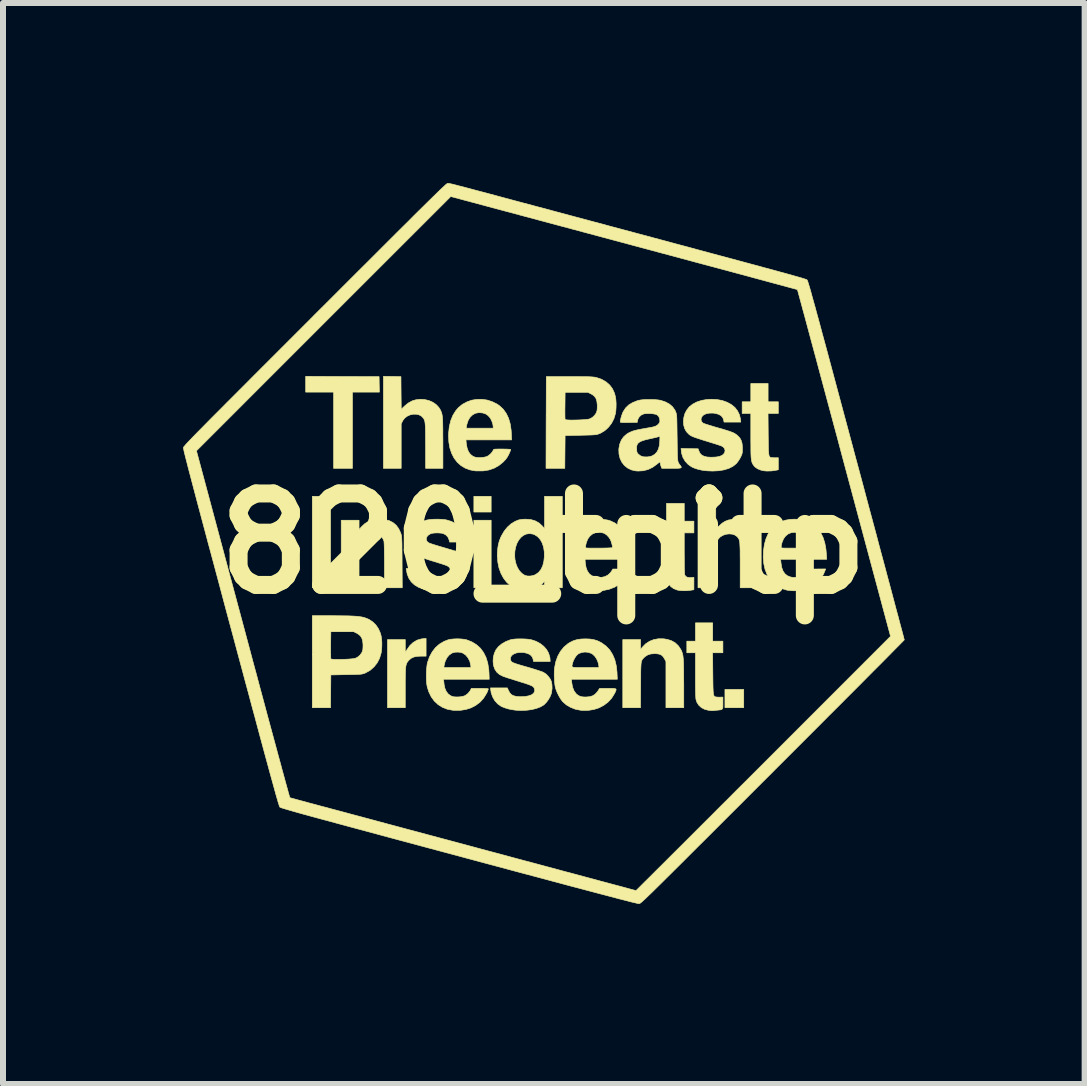
<source format=kicad_pcb>
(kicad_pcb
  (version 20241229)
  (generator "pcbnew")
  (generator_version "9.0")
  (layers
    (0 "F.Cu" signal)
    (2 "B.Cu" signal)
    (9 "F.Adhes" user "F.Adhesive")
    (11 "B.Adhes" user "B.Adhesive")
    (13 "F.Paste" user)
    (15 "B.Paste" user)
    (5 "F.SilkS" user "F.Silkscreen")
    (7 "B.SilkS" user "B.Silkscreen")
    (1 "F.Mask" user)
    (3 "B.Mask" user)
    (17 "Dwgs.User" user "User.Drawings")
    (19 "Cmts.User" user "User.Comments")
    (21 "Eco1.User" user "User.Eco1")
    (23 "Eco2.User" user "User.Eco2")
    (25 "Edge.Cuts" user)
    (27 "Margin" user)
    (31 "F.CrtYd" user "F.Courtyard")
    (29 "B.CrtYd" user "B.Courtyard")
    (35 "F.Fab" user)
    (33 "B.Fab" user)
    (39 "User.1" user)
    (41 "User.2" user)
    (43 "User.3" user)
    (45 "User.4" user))
  (footprint "820_tpitp"
    (layer "F.Cu")
    (at 6.005 6.006)
    (property "Reference" "820_tpitp" (at 0 0 0) (layer "F.SilkS") (effects (font (size 1.524 1.524) (thickness 0.3))))
    (attr through_hole)
    (fp_poly (pts (xy -3.548 0.737) (xy -3.852 0.737) (xy -3.852 -0.787) (xy -3.548 -0.787) (xy -3.548 0.737)) (stroke (width 0.01) (type solid)) (fill yes) (layer "F.SilkS"))
    (fp_poly (pts (xy -0.872 -0.525) (xy -1.16 -0.525) (xy -1.16 -0.787) (xy -0.872 -0.787) (xy -0.872 -0.525)) (stroke (width 0.01) (type solid)) (fill yes) (layer "F.SilkS"))
    (fp_poly (pts (xy -0.872 0.737) (xy -1.16 0.737) (xy -1.16 -0.389) (xy -0.872 -0.389) (xy -0.872 0.737)) (stroke (width 0.01) (type solid)) (fill yes) (layer "F.SilkS"))
    (fp_poly (pts (xy 3.336 2.735) (xy 3.023 2.735) (xy 3.023 2.43) (xy 3.336 2.43) (xy 3.336 2.735)) (stroke (width 0.01) (type solid)) (fill yes) (layer "F.SilkS"))
    (fp_poly (pts (xy -3.351 -2.783) (xy -2.739 -2.781) (xy -2.737 -2.652) (xy -2.734 -2.523) (xy -3.183 -2.523) (xy -3.183 -1.253) (xy -3.497 -1.253) (xy -3.497 -2.523) (xy -3.962 -2.523) (xy -3.962 -2.786) (xy -3.351 -2.783)) (stroke (width 0.01) (type solid)) (fill yes) (layer "F.SilkS"))
    (fp_poly (pts (xy -1.956 1.876) (xy -2.043 1.876) (xy -2.107 1.879) (xy -2.159 1.89) (xy -2.201 1.909) (xy -2.236 1.937) (xy -2.248 1.95) (xy -2.261 1.966) (xy -2.272 1.981) (xy -2.281 1.998) (xy -2.287 2.018) (xy -2.293 2.042) (xy -2.297 2.073) (xy -2.299 2.113) (xy -2.301 2.162) (xy -2.302 2.223) (xy -2.303 2.296) (xy -2.303 2.385) (xy -2.303 2.402) (xy -2.303 2.735) (xy -2.599 2.735) (xy -2.599 1.6) (xy -2.303 1.6) (xy -2.303 1.815) (xy -2.273 1.765) (xy -2.225 1.698) (xy -2.17 1.647) (xy -2.108 1.61) (xy -2.04 1.59) (xy -2.013 1.586) (xy -1.956 1.581) (xy -1.956 1.876)) (stroke (width 0.01) (type solid)) (fill yes) (layer "F.SilkS"))
    (fp_poly (pts (xy 2.345 -0.373) (xy 2.506 -0.373) (xy 2.506 -0.178) (xy 2.345 -0.178) (xy 2.345 0.16) (xy 2.346 0.256) (xy 2.346 0.338) (xy 2.347 0.406) (xy 2.349 0.46) (xy 2.351 0.498) (xy 2.353 0.519) (xy 2.354 0.523) (xy 2.37 0.547) (xy 2.398 0.562) (xy 2.44 0.567) (xy 2.459 0.566) (xy 2.506 0.563) (xy 2.506 0.666) (xy 2.506 0.769) (xy 2.453 0.778) (xy 2.393 0.785) (xy 2.33 0.786) (xy 2.271 0.782) (xy 2.227 0.774) (xy 2.167 0.75) (xy 2.12 0.716) (xy 2.085 0.67) (xy 2.063 0.612) (xy 2.058 0.589) (xy 2.056 0.566) (xy 2.054 0.528) (xy 2.052 0.474) (xy 2.051 0.408) (xy 2.05 0.329) (xy 2.049 0.24) (xy 2.049 0.179) (xy 2.049 -0.178) (xy 1.904 -0.178) (xy 1.909 -0.368) (xy 2.049 -0.373) (xy 2.049 -0.669) (xy 2.345 -0.669) (xy 2.345 -0.373)) (stroke (width 0.01) (type solid)) (fill yes) (layer "F.SilkS"))
    (fp_poly (pts (xy 3.742 -2.362) (xy 3.912 -2.362) (xy 3.912 -2.167) (xy 3.741 -2.167) (xy 3.744 -1.827) (xy 3.745 -1.737) (xy 3.746 -1.662) (xy 3.747 -1.601) (xy 3.748 -1.553) (xy 3.751 -1.515) (xy 3.754 -1.487) (xy 3.758 -1.467) (xy 3.763 -1.453) (xy 3.77 -1.444) (xy 3.778 -1.438) (xy 3.787 -1.434) (xy 3.788 -1.434) (xy 3.806 -1.431) (xy 3.834 -1.43) (xy 3.859 -1.429) (xy 3.912 -1.43) (xy 3.912 -1.229) (xy 3.871 -1.221) (xy 3.799 -1.21) (xy 3.722 -1.208) (xy 3.675 -1.212) (xy 3.617 -1.225) (xy 3.565 -1.247) (xy 3.524 -1.276) (xy 3.505 -1.298) (xy 3.493 -1.314) (xy 3.484 -1.329) (xy 3.476 -1.346) (xy 3.47 -1.365) (xy 3.465 -1.389) (xy 3.461 -1.419) (xy 3.458 -1.456) (xy 3.456 -1.502) (xy 3.455 -1.559) (xy 3.455 -1.628) (xy 3.454 -1.712) (xy 3.454 -1.792) (xy 3.454 -2.167) (xy 3.31 -2.167) (xy 3.31 -2.362) (xy 3.454 -2.362) (xy 3.454 -2.667) (xy 3.742 -2.667) (xy 3.742 -2.362)) (stroke (width 0.01) (type solid)) (fill yes) (layer "F.SilkS"))
    (fp_poly (pts (xy -2.646 -0.4) (xy -2.571 -0.382) (xy -2.508 -0.35) (xy -2.455 -0.306) (xy -2.413 -0.249) (xy -2.38 -0.179) (xy -2.377 -0.17) (xy -2.373 -0.157) (xy -2.369 -0.144) (xy -2.366 -0.129) (xy -2.364 -0.112) (xy -2.362 -0.089) (xy -2.361 -0.061) (xy -2.359 -0.025) (xy -2.358 0.021) (xy -2.358 0.077) (xy -2.357 0.146) (xy -2.356 0.229) (xy -2.356 0.311) (xy -2.353 0.737) (xy -2.65 0.737) (xy -2.65 0.362) (xy -2.65 0.267) (xy -2.651 0.182) (xy -2.652 0.109) (xy -2.653 0.049) (xy -2.655 0.002) (xy -2.657 -0.029) (xy -2.659 -0.044) (xy -2.68 -0.089) (xy -2.713 -0.124) (xy -2.758 -0.148) (xy -2.813 -0.16) (xy -2.837 -0.161) (xy -2.904 -0.154) (xy -2.961 -0.134) (xy -3.008 -0.102) (xy -3.043 -0.057) (xy -3.053 -0.039) (xy -3.073 0.004) (xy -3.073 0.37) (xy -3.073 0.737) (xy -3.37 0.737) (xy -3.37 -0.389) (xy -3.073 -0.389) (xy -3.073 -0.233) (xy -3.035 -0.277) (xy -2.979 -0.33) (xy -2.917 -0.369) (xy -2.848 -0.394) (xy -2.768 -0.405) (xy -2.732 -0.406) (xy -2.646 -0.4)) (stroke (width 0.01) (type solid)) (fill yes) (layer "F.SilkS"))
    (fp_poly (pts (xy 2.819 1.626) (xy 2.989 1.626) (xy 2.989 1.82) (xy 2.818 1.82) (xy 2.821 2.161) (xy 2.822 2.251) (xy 2.823 2.326) (xy 2.824 2.387) (xy 2.826 2.435) (xy 2.828 2.473) (xy 2.831 2.501) (xy 2.835 2.521) (xy 2.84 2.535) (xy 2.847 2.544) (xy 2.855 2.55) (xy 2.865 2.554) (xy 2.865 2.554) (xy 2.883 2.557) (xy 2.911 2.559) (xy 2.936 2.559) (xy 2.989 2.558) (xy 2.989 2.658) (xy 2.989 2.703) (xy 2.988 2.733) (xy 2.982 2.752) (xy 2.971 2.763) (xy 2.95 2.77) (xy 2.917 2.774) (xy 2.886 2.777) (xy 2.849 2.781) (xy 2.824 2.784) (xy 2.803 2.784) (xy 2.782 2.782) (xy 2.755 2.778) (xy 2.744 2.777) (xy 2.681 2.76) (xy 2.628 2.731) (xy 2.585 2.691) (xy 2.554 2.641) (xy 2.541 2.599) (xy 2.538 2.578) (xy 2.536 2.542) (xy 2.534 2.49) (xy 2.533 2.424) (xy 2.532 2.344) (xy 2.532 2.252) (xy 2.532 2.188) (xy 2.532 1.82) (xy 2.388 1.82) (xy 2.388 1.626) (xy 2.532 1.626) (xy 2.532 1.321) (xy 2.819 1.321) (xy 2.819 1.626)) (stroke (width 0.01) (type solid)) (fill yes) (layer "F.SilkS"))
    (fp_poly (pts (xy -2.521 -2.784) (xy -2.375 -2.781) (xy -2.373 -2.509) (xy -2.37 -2.236) (xy -2.318 -2.288) (xy -2.255 -2.34) (xy -2.188 -2.377) (xy -2.127 -2.395) (xy -2.053 -2.404) (xy -1.98 -2.399) (xy -1.91 -2.383) (xy -1.846 -2.355) (xy -1.791 -2.318) (xy -1.746 -2.271) (xy -1.722 -2.234) (xy -1.712 -2.214) (xy -1.704 -2.195) (xy -1.697 -2.175) (xy -1.691 -2.154) (xy -1.687 -2.129) (xy -1.683 -2.099) (xy -1.681 -2.062) (xy -1.679 -2.017) (xy -1.678 -1.962) (xy -1.677 -1.895) (xy -1.677 -1.815) (xy -1.676 -1.721) (xy -1.676 -1.675) (xy -1.676 -1.253) (xy -1.964 -1.253) (xy -1.964 -1.619) (xy -1.965 -1.715) (xy -1.965 -1.796) (xy -1.966 -1.862) (xy -1.967 -1.917) (xy -1.969 -1.961) (xy -1.972 -1.996) (xy -1.975 -2.023) (xy -1.98 -2.045) (xy -1.986 -2.062) (xy -1.993 -2.076) (xy -2.001 -2.089) (xy -2.033 -2.123) (xy -2.075 -2.145) (xy -2.122 -2.155) (xy -2.172 -2.155) (xy -2.222 -2.144) (xy -2.269 -2.123) (xy -2.31 -2.092) (xy -2.342 -2.052) (xy -2.348 -2.04) (xy -2.371 -1.995) (xy -2.371 -1.253) (xy -2.667 -1.253) (xy -2.667 -2.786) (xy -2.521 -2.784)) (stroke (width 0.01) (type solid)) (fill yes) (layer "F.SilkS"))
    (fp_poly (pts (xy 2.001 1.587) (xy 2.06 1.596) (xy 2.133 1.619) (xy 2.196 1.655) (xy 2.248 1.705) (xy 2.289 1.767) (xy 2.291 1.77) (xy 2.301 1.791) (xy 2.309 1.812) (xy 2.316 1.836) (xy 2.322 1.862) (xy 2.326 1.894) (xy 2.33 1.933) (xy 2.332 1.98) (xy 2.334 2.037) (xy 2.335 2.105) (xy 2.336 2.186) (xy 2.336 2.282) (xy 2.337 2.339) (xy 2.337 2.735) (xy 2.04 2.735) (xy 2.04 1.967) (xy 2.017 1.921) (xy 1.992 1.883) (xy 1.962 1.856) (xy 1.923 1.841) (xy 1.872 1.834) (xy 1.85 1.834) (xy 1.789 1.839) (xy 1.739 1.854) (xy 1.697 1.88) (xy 1.678 1.897) (xy 1.665 1.91) (xy 1.654 1.922) (xy 1.645 1.934) (xy 1.638 1.948) (xy 1.632 1.964) (xy 1.628 1.986) (xy 1.625 2.015) (xy 1.623 2.051) (xy 1.621 2.097) (xy 1.62 2.155) (xy 1.62 2.226) (xy 1.619 2.311) (xy 1.619 2.356) (xy 1.616 2.735) (xy 1.321 2.735) (xy 1.321 1.6) (xy 1.617 1.6) (xy 1.617 1.763) (xy 1.645 1.729) (xy 1.7 1.672) (xy 1.765 1.629) (xy 1.838 1.6) (xy 1.917 1.586) (xy 2.001 1.587)) (stroke (width 0.01) (type solid)) (fill yes) (layer "F.SilkS"))
    (fp_poly (pts (xy 2.87 -0.237) (xy 2.924 -0.292) (xy 2.976 -0.339) (xy 3.029 -0.372) (xy 3.085 -0.393) (xy 3.151 -0.403) (xy 3.18 -0.405) (xy 3.268 -0.402) (xy 3.344 -0.386) (xy 3.41 -0.357) (xy 3.465 -0.315) (xy 3.509 -0.26) (xy 3.541 -0.194) (xy 3.561 -0.115) (xy 3.564 -0.093) (xy 3.566 -0.071) (xy 3.568 -0.035) (xy 3.569 0.015) (xy 3.57 0.075) (xy 3.571 0.144) (xy 3.572 0.219) (xy 3.573 0.299) (xy 3.573 0.353) (xy 3.573 0.737) (xy 3.277 0.737) (xy 3.277 0.361) (xy 3.277 0.265) (xy 3.276 0.185) (xy 3.276 0.119) (xy 3.274 0.064) (xy 3.272 0.021) (xy 3.27 -0.013) (xy 3.266 -0.04) (xy 3.261 -0.061) (xy 3.254 -0.078) (xy 3.246 -0.091) (xy 3.236 -0.103) (xy 3.225 -0.116) (xy 3.188 -0.142) (xy 3.143 -0.157) (xy 3.092 -0.161) (xy 3.041 -0.155) (xy 2.991 -0.138) (xy 2.947 -0.112) (xy 2.916 -0.08) (xy 2.906 -0.066) (xy 2.897 -0.053) (xy 2.89 -0.038) (xy 2.884 -0.021) (xy 2.88 0.001) (xy 2.876 0.029) (xy 2.874 0.064) (xy 2.872 0.108) (xy 2.871 0.164) (xy 2.871 0.232) (xy 2.871 0.314) (xy 2.871 0.375) (xy 2.87 0.737) (xy 2.574 0.737) (xy 2.574 -0.787) (xy 2.87 -0.787) (xy 2.87 -0.237)) (stroke (width 0.01) (type solid)) (fill yes) (layer "F.SilkS"))
    (fp_poly (pts (xy 0.436 -2.781) (xy 0.529 -2.781) (xy 0.607 -2.781) (xy 0.671 -2.78) (xy 0.723 -2.78) (xy 0.765 -2.779) (xy 0.798 -2.777) (xy 0.824 -2.775) (xy 0.845 -2.773) (xy 0.863 -2.77) (xy 0.879 -2.767) (xy 0.885 -2.765) (xy 0.969 -2.736) (xy 1.042 -2.694) (xy 1.102 -2.642) (xy 1.149 -2.579) (xy 1.183 -2.505) (xy 1.198 -2.448) (xy 1.206 -2.396) (xy 1.21 -2.333) (xy 1.209 -2.268) (xy 1.205 -2.206) (xy 1.198 -2.163) (xy 1.173 -2.08) (xy 1.134 -2.004) (xy 1.083 -1.938) (xy 1.022 -1.882) (xy 0.952 -1.84) (xy 0.902 -1.82) (xy 0.882 -1.816) (xy 0.847 -1.812) (xy 0.798 -1.809) (xy 0.732 -1.807) (xy 0.651 -1.805) (xy 0.614 -1.804) (xy 0.36 -1.799) (xy 0.355 -1.253) (xy 0.042 -1.253) (xy 0.044 -2.017) (xy 0.045 -2.185) (xy 0.357 -2.185) (xy 0.357 -2.138) (xy 0.358 -2.101) (xy 0.359 -2.077) (xy 0.36 -2.067) (xy 0.37 -2.063) (xy 0.394 -2.06) (xy 0.429 -2.058) (xy 0.472 -2.057) (xy 0.521 -2.058) (xy 0.573 -2.059) (xy 0.624 -2.061) (xy 0.673 -2.064) (xy 0.715 -2.068) (xy 0.749 -2.072) (xy 0.771 -2.078) (xy 0.772 -2.078) (xy 0.812 -2.1) (xy 0.848 -2.132) (xy 0.876 -2.171) (xy 0.889 -2.203) (xy 0.894 -2.23) (xy 0.896 -2.267) (xy 0.896 -2.308) (xy 0.896 -2.313) (xy 0.889 -2.371) (xy 0.875 -2.416) (xy 0.851 -2.451) (xy 0.816 -2.48) (xy 0.792 -2.493) (xy 0.741 -2.519) (xy 0.36 -2.519) (xy 0.358 -2.299) (xy 0.357 -2.239) (xy 0.357 -2.185) (xy 0.045 -2.185) (xy 0.047 -2.781) (xy 0.436 -2.781)) (stroke (width 0.01) (type solid)) (fill yes) (layer "F.SilkS"))
    (fp_poly (pts (xy 0.313 0.737) (xy 0.017 0.737) (xy 0.017 0.624) (xy -0.008 0.656) (xy -0.055 0.704) (xy -0.111 0.743) (xy -0.152 0.763) (xy -0.197 0.775) (xy -0.252 0.783) (xy -0.309 0.785) (xy -0.364 0.782) (xy -0.405 0.775) (xy -0.484 0.744) (xy -0.554 0.699) (xy -0.616 0.642) (xy -0.668 0.573) (xy -0.71 0.494) (xy -0.742 0.405) (xy -0.761 0.309) (xy -0.769 0.205) (xy -0.769 0.204) (xy -0.48 0.204) (xy -0.475 0.266) (xy -0.459 0.336) (xy -0.434 0.4) (xy -0.4 0.455) (xy -0.359 0.498) (xy -0.314 0.528) (xy -0.311 0.529) (xy -0.267 0.541) (xy -0.217 0.541) (xy -0.167 0.531) (xy -0.134 0.518) (xy -0.083 0.482) (xy -0.043 0.433) (xy -0.013 0.371) (xy 0.006 0.295) (xy 0.014 0.22) (xy 0.013 0.135) (xy 0.001 0.058) (xy -0.022 -0.01) (xy -0.054 -0.067) (xy -0.095 -0.113) (xy -0.144 -0.145) (xy -0.177 -0.158) (xy -0.232 -0.166) (xy -0.284 -0.159) (xy -0.332 -0.138) (xy -0.375 -0.104) (xy -0.412 -0.059) (xy -0.442 -0.005) (xy -0.464 0.059) (xy -0.477 0.129) (xy -0.48 0.204) (xy -0.769 0.204) (xy -0.768 0.152) (xy -0.762 0.079) (xy -0.752 0.017) (xy -0.737 -0.04) (xy -0.715 -0.098) (xy -0.699 -0.131) (xy -0.654 -0.208) (xy -0.601 -0.274) (xy -0.539 -0.329) (xy -0.472 -0.37) (xy -0.415 -0.393) (xy -0.38 -0.4) (xy -0.336 -0.405) (xy -0.295 -0.406) (xy -0.212 -0.4) (xy -0.14 -0.379) (xy -0.076 -0.344) (xy -0.022 -0.295) (xy -0.014 -0.286) (xy 0.017 -0.25) (xy 0.017 -0.519) (xy 0.017 -0.787) (xy 0.313 -0.787) (xy 0.313 0.737)) (stroke (width 0.01) (type solid)) (fill yes) (layer "F.SilkS"))
    (fp_poly (pts (xy -3.524 1.202) (xy -3.417 1.203) (xy -3.325 1.204) (xy -3.246 1.205) (xy -3.179 1.208) (xy -3.123 1.211) (xy -3.075 1.216) (xy -3.035 1.222) (xy -3 1.229) (xy -2.968 1.239) (xy -2.939 1.25) (xy -2.909 1.263) (xy -2.904 1.266) (xy -2.845 1.305) (xy -2.793 1.356) (xy -2.75 1.419) (xy -2.719 1.489) (xy -2.705 1.539) (xy -2.697 1.592) (xy -2.693 1.655) (xy -2.694 1.721) (xy -2.699 1.783) (xy -2.705 1.824) (xy -2.731 1.911) (xy -2.771 1.988) (xy -2.823 2.054) (xy -2.886 2.11) (xy -2.96 2.152) (xy -2.979 2.161) (xy -2.994 2.166) (xy -3.008 2.17) (xy -3.025 2.174) (xy -3.047 2.177) (xy -3.075 2.179) (xy -3.111 2.18) (xy -3.159 2.182) (xy -3.219 2.183) (xy -3.285 2.184) (xy -3.543 2.189) (xy -3.548 2.735) (xy -3.852 2.735) (xy -3.852 1.803) (xy -3.546 1.803) (xy -3.546 1.85) (xy -3.545 1.887) (xy -3.544 1.911) (xy -3.543 1.921) (xy -3.534 1.925) (xy -3.51 1.928) (xy -3.474 1.93) (xy -3.431 1.93) (xy -3.382 1.93) (xy -3.33 1.929) (xy -3.279 1.927) (xy -3.231 1.924) (xy -3.188 1.92) (xy -3.154 1.915) (xy -3.132 1.91) (xy -3.131 1.91) (xy -3.091 1.888) (xy -3.055 1.856) (xy -3.027 1.817) (xy -3.014 1.785) (xy -3.009 1.758) (xy -3.007 1.72) (xy -3.007 1.68) (xy -3.007 1.675) (xy -3.014 1.617) (xy -3.029 1.571) (xy -3.053 1.536) (xy -3.089 1.507) (xy -3.111 1.494) (xy -3.161 1.469) (xy -3.543 1.469) (xy -3.546 1.689) (xy -3.546 1.749) (xy -3.546 1.803) (xy -3.852 1.803) (xy -3.852 1.202) (xy -3.524 1.202)) (stroke (width 0.01) (type solid)) (fill yes) (layer "F.SilkS"))
    (fp_poly (pts (xy -1.37 1.59) (xy -1.317 1.596) (xy -1.283 1.603) (xy -1.194 1.638) (xy -1.117 1.685) (xy -1.052 1.743) (xy -0.999 1.814) (xy -0.958 1.896) (xy -0.929 1.99) (xy -0.912 2.096) (xy -0.908 2.153) (xy -0.904 2.261) (xy -1.668 2.261) (xy -1.664 2.28) (xy -1.661 2.299) (xy -1.658 2.327) (xy -1.656 2.348) (xy -1.643 2.41) (xy -1.62 2.463) (xy -1.587 2.506) (xy -1.546 2.536) (xy -1.514 2.549) (xy -1.476 2.555) (xy -1.43 2.556) (xy -1.383 2.553) (xy -1.34 2.545) (xy -1.308 2.534) (xy -1.308 2.534) (xy -1.261 2.5) (xy -1.224 2.455) (xy -1.216 2.441) (xy -1.202 2.413) (xy -1.063 2.413) (xy -1.016 2.413) (xy -0.975 2.415) (xy -0.944 2.416) (xy -0.924 2.419) (xy -0.919 2.421) (xy -0.921 2.431) (xy -0.929 2.453) (xy -0.941 2.482) (xy -0.95 2.499) (xy -0.997 2.575) (xy -1.056 2.641) (xy -1.126 2.694) (xy -1.205 2.736) (xy -1.292 2.764) (xy -1.387 2.779) (xy -1.486 2.779) (xy -1.513 2.777) (xy -1.603 2.76) (xy -1.684 2.728) (xy -1.757 2.682) (xy -1.819 2.624) (xy -1.871 2.553) (xy -1.911 2.47) (xy -1.936 2.392) (xy -1.945 2.343) (xy -1.95 2.283) (xy -1.952 2.215) (xy -1.951 2.146) (xy -1.947 2.079) (xy -1.945 2.066) (xy -1.661 2.066) (xy -1.208 2.066) (xy -1.213 2.024) (xy -1.228 1.961) (xy -1.257 1.905) (xy -1.296 1.858) (xy -1.342 1.826) (xy -1.382 1.813) (xy -1.429 1.808) (xy -1.478 1.811) (xy -1.52 1.823) (xy -1.529 1.827) (xy -1.574 1.86) (xy -1.611 1.906) (xy -1.639 1.965) (xy -1.655 2.03) (xy -1.661 2.066) (xy -1.945 2.066) (xy -1.94 2.021) (xy -1.932 1.981) (xy -1.899 1.887) (xy -1.854 1.804) (xy -1.799 1.733) (xy -1.733 1.675) (xy -1.657 1.63) (xy -1.587 1.603) (xy -1.544 1.594) (xy -1.489 1.589) (xy -1.429 1.587) (xy -1.37 1.59)) (stroke (width 0.01) (type solid)) (fill yes) (layer "F.SilkS"))
    (fp_poly (pts (xy -0.939 -2.391) (xy -0.855 -2.364) (xy -0.774 -2.324) (xy -0.732 -2.295) (xy -0.671 -2.238) (xy -0.621 -2.169) (xy -0.582 -2.088) (xy -0.555 -1.995) (xy -0.539 -1.89) (xy -0.536 -1.839) (xy -0.531 -1.727) (xy -1.292 -1.727) (xy -1.286 -1.666) (xy -1.273 -1.593) (xy -1.251 -1.533) (xy -1.218 -1.487) (xy -1.176 -1.454) (xy -1.138 -1.439) (xy -1.099 -1.433) (xy -1.052 -1.432) (xy -1.003 -1.436) (xy -0.96 -1.445) (xy -0.935 -1.454) (xy -0.903 -1.476) (xy -0.872 -1.504) (xy -0.848 -1.535) (xy -0.838 -1.555) (xy -0.835 -1.562) (xy -0.83 -1.567) (xy -0.821 -1.571) (xy -0.805 -1.573) (xy -0.78 -1.574) (xy -0.743 -1.575) (xy -0.692 -1.575) (xy -0.691 -1.575) (xy -0.644 -1.574) (xy -0.603 -1.573) (xy -0.572 -1.571) (xy -0.552 -1.569) (xy -0.547 -1.568) (xy -0.548 -1.557) (xy -0.556 -1.536) (xy -0.569 -1.506) (xy -0.576 -1.49) (xy -0.6 -1.445) (xy -0.627 -1.407) (xy -0.662 -1.369) (xy -0.671 -1.359) (xy -0.744 -1.3) (xy -0.824 -1.255) (xy -0.913 -1.225) (xy -1.009 -1.21) (xy -1.114 -1.21) (xy -1.135 -1.211) (xy -1.224 -1.227) (xy -1.305 -1.257) (xy -1.376 -1.3) (xy -1.438 -1.356) (xy -1.49 -1.424) (xy -1.53 -1.503) (xy -1.56 -1.592) (xy -1.577 -1.69) (xy -1.582 -1.797) (xy -1.581 -1.837) (xy -1.572 -1.922) (xy -1.288 -1.922) (xy -0.838 -1.922) (xy -0.838 -1.946) (xy -0.843 -1.983) (xy -0.856 -2.027) (xy -0.875 -2.069) (xy -0.888 -2.092) (xy -0.924 -2.133) (xy -0.966 -2.161) (xy -1.017 -2.177) (xy -1.078 -2.181) (xy -1.133 -2.171) (xy -1.181 -2.145) (xy -1.222 -2.106) (xy -1.254 -2.054) (xy -1.276 -1.989) (xy -1.282 -1.958) (xy -1.288 -1.922) (xy -1.572 -1.922) (xy -1.569 -1.949) (xy -1.545 -2.049) (xy -1.509 -2.137) (xy -1.461 -2.214) (xy -1.419 -2.263) (xy -1.353 -2.318) (xy -1.278 -2.359) (xy -1.198 -2.388) (xy -1.113 -2.402) (xy -1.026 -2.403) (xy -0.939 -2.391)) (stroke (width 0.01) (type solid)) (fill yes) (layer "F.SilkS"))
    (fp_poly (pts (xy 4.269 -0.402) (xy 4.346 -0.387) (xy 4.415 -0.36) (xy 4.483 -0.321) (xy 4.509 -0.303) (xy 4.569 -0.247) (xy 4.619 -0.18) (xy 4.658 -0.101) (xy 4.687 -0.009) (xy 4.706 0.096) (xy 4.713 0.174) (xy 4.719 0.262) (xy 3.951 0.262) (xy 3.957 0.325) (xy 3.969 0.398) (xy 3.991 0.458) (xy 4.023 0.504) (xy 4.066 0.538) (xy 4.119 0.558) (xy 4.155 0.564) (xy 4.222 0.564) (xy 4.282 0.55) (xy 4.334 0.523) (xy 4.376 0.484) (xy 4.393 0.461) (xy 4.415 0.424) (xy 4.558 0.424) (xy 4.7 0.423) (xy 4.694 0.442) (xy 4.665 0.512) (xy 4.622 0.579) (xy 4.568 0.64) (xy 4.504 0.692) (xy 4.444 0.727) (xy 4.355 0.761) (xy 4.261 0.781) (xy 4.165 0.787) (xy 4.071 0.779) (xy 4.049 0.774) (xy 3.964 0.748) (xy 3.889 0.708) (xy 3.823 0.655) (xy 3.768 0.591) (xy 3.724 0.515) (xy 3.691 0.429) (xy 3.67 0.334) (xy 3.661 0.231) (xy 3.665 0.119) (xy 3.666 0.114) (xy 3.673 0.067) (xy 3.96 0.067) (xy 3.961 0.072) (xy 3.971 0.073) (xy 3.995 0.075) (xy 4.03 0.076) (xy 4.074 0.076) (xy 4.124 0.076) (xy 4.176 0.076) (xy 4.23 0.076) (xy 4.28 0.075) (xy 4.326 0.074) (xy 4.364 0.072) (xy 4.391 0.071) (xy 4.405 0.069) (xy 4.406 0.068) (xy 4.408 0.054) (xy 4.404 0.029) (xy 4.397 -0.002) (xy 4.386 -0.035) (xy 4.375 -0.064) (xy 4.373 -0.068) (xy 4.347 -0.107) (xy 4.314 -0.142) (xy 4.277 -0.167) (xy 4.253 -0.177) (xy 4.19 -0.187) (xy 4.131 -0.182) (xy 4.08 -0.162) (xy 4.035 -0.127) (xy 4 -0.08) (xy 3.975 -0.02) (xy 3.964 0.023) (xy 3.961 0.049) (xy 3.96 0.067) (xy 3.673 0.067) (xy 3.681 0.012) (xy 3.706 -0.077) (xy 3.74 -0.156) (xy 3.786 -0.225) (xy 3.826 -0.27) (xy 3.887 -0.323) (xy 3.952 -0.362) (xy 4.025 -0.388) (xy 4.108 -0.403) (xy 4.183 -0.406) (xy 4.269 -0.402)) (stroke (width 0.01) (type solid)) (fill yes) (layer "F.SilkS"))
    (fp_poly (pts (xy 0.955 -0.405) (xy 1.016 -0.4) (xy 1.072 -0.391) (xy 1.108 -0.381) (xy 1.187 -0.344) (xy 1.259 -0.294) (xy 1.321 -0.232) (xy 1.371 -0.161) (xy 1.381 -0.142) (xy 1.405 -0.084) (xy 1.426 -0.015) (xy 1.442 0.062) (xy 1.452 0.14) (xy 1.456 0.215) (xy 1.456 0.218) (xy 1.456 0.262) (xy 0.692 0.262) (xy 0.697 0.325) (xy 0.709 0.398) (xy 0.731 0.457) (xy 0.763 0.503) (xy 0.805 0.536) (xy 0.859 0.557) (xy 0.894 0.563) (xy 0.961 0.564) (xy 1.022 0.551) (xy 1.074 0.524) (xy 1.116 0.485) (xy 1.133 0.461) (xy 1.156 0.424) (xy 1.298 0.424) (xy 1.44 0.423) (xy 1.435 0.442) (xy 1.408 0.509) (xy 1.367 0.574) (xy 1.315 0.634) (xy 1.254 0.685) (xy 1.187 0.725) (xy 1.184 0.727) (xy 1.096 0.761) (xy 1.001 0.781) (xy 0.905 0.787) (xy 0.811 0.779) (xy 0.789 0.774) (xy 0.703 0.748) (xy 0.627 0.707) (xy 0.561 0.654) (xy 0.505 0.587) (xy 0.461 0.509) (xy 0.428 0.419) (xy 0.418 0.379) (xy 0.411 0.33) (xy 0.406 0.27) (xy 0.405 0.204) (xy 0.407 0.137) (xy 0.411 0.076) (xy 0.412 0.067) (xy 0.7 0.067) (xy 0.701 0.072) (xy 0.711 0.073) (xy 0.735 0.075) (xy 0.77 0.076) (xy 0.814 0.076) (xy 0.864 0.076) (xy 0.917 0.076) (xy 0.97 0.076) (xy 1.021 0.075) (xy 1.067 0.074) (xy 1.104 0.072) (xy 1.132 0.071) (xy 1.146 0.069) (xy 1.147 0.068) (xy 1.148 0.054) (xy 1.145 0.029) (xy 1.137 -0.002) (xy 1.127 -0.035) (xy 1.115 -0.064) (xy 1.113 -0.068) (xy 1.087 -0.107) (xy 1.054 -0.142) (xy 1.018 -0.167) (xy 0.993 -0.177) (xy 0.93 -0.187) (xy 0.872 -0.182) (xy 0.82 -0.162) (xy 0.776 -0.127) (xy 0.74 -0.08) (xy 0.715 -0.02) (xy 0.705 0.023) (xy 0.701 0.049) (xy 0.7 0.067) (xy 0.412 0.067) (xy 0.418 0.024) (xy 0.419 0.022) (xy 0.436 -0.046) (xy 0.456 -0.103) (xy 0.482 -0.156) (xy 0.509 -0.199) (xy 0.565 -0.269) (xy 0.629 -0.324) (xy 0.703 -0.366) (xy 0.787 -0.395) (xy 0.835 -0.402) (xy 0.892 -0.406) (xy 0.955 -0.405)) (stroke (width 0.01) (type solid)) (fill yes) (layer "F.SilkS"))
    (fp_poly (pts (xy 0.774 1.591) (xy 0.838 1.601) (xy 0.897 1.619) (xy 0.953 1.646) (xy 0.969 1.655) (xy 1.042 1.708) (xy 1.103 1.772) (xy 1.151 1.848) (xy 1.188 1.935) (xy 1.212 2.034) (xy 1.225 2.145) (xy 1.225 2.157) (xy 1.23 2.261) (xy 0.465 2.261) (xy 0.471 2.318) (xy 0.484 2.391) (xy 0.508 2.452) (xy 0.542 2.5) (xy 0.545 2.503) (xy 0.577 2.529) (xy 0.612 2.546) (xy 0.656 2.555) (xy 0.703 2.557) (xy 0.765 2.552) (xy 0.816 2.538) (xy 0.857 2.513) (xy 0.893 2.475) (xy 0.906 2.457) (xy 0.935 2.413) (xy 1.073 2.413) (xy 1.128 2.413) (xy 1.167 2.414) (xy 1.193 2.417) (xy 1.207 2.424) (xy 1.21 2.436) (xy 1.205 2.454) (xy 1.193 2.48) (xy 1.181 2.503) (xy 1.135 2.577) (xy 1.076 2.641) (xy 1.006 2.694) (xy 0.927 2.736) (xy 0.841 2.764) (xy 0.748 2.779) (xy 0.651 2.78) (xy 0.616 2.777) (xy 0.531 2.76) (xy 0.452 2.729) (xy 0.381 2.688) (xy 0.322 2.636) (xy 0.313 2.626) (xy 0.285 2.588) (xy 0.257 2.54) (xy 0.23 2.487) (xy 0.209 2.434) (xy 0.198 2.4) (xy 0.191 2.36) (xy 0.185 2.309) (xy 0.181 2.25) (xy 0.179 2.189) (xy 0.18 2.131) (xy 0.183 2.081) (xy 0.185 2.07) (xy 0.19 2.042) (xy 0.474 2.042) (xy 0.478 2.052) (xy 0.489 2.059) (xy 0.508 2.063) (xy 0.538 2.065) (xy 0.58 2.066) (xy 0.635 2.066) (xy 0.699 2.066) (xy 0.923 2.066) (xy 0.923 2.046) (xy 0.92 2.027) (xy 0.914 1.999) (xy 0.906 1.971) (xy 0.884 1.919) (xy 0.852 1.874) (xy 0.814 1.84) (xy 0.797 1.83) (xy 0.747 1.813) (xy 0.693 1.807) (xy 0.639 1.814) (xy 0.591 1.832) (xy 0.579 1.839) (xy 0.547 1.869) (xy 0.519 1.91) (xy 0.496 1.957) (xy 0.487 1.985) (xy 0.481 2.009) (xy 0.476 2.028) (xy 0.474 2.042) (xy 0.19 2.042) (xy 0.205 1.968) (xy 0.238 1.876) (xy 0.283 1.795) (xy 0.339 1.726) (xy 0.405 1.67) (xy 0.436 1.65) (xy 0.494 1.621) (xy 0.553 1.602) (xy 0.62 1.591) (xy 0.697 1.588) (xy 0.699 1.588) (xy 0.774 1.591)) (stroke (width 0.01) (type solid)) (fill yes) (layer "F.SilkS"))
    (fp_poly (pts (xy -0.333 1.589) (xy -0.277 1.592) (xy -0.229 1.598) (xy -0.201 1.603) (xy -0.124 1.629) (xy -0.055 1.666) (xy 0.004 1.712) (xy 0.051 1.765) (xy 0.085 1.826) (xy 0.105 1.89) (xy 0.108 1.913) (xy 0.112 1.964) (xy -0.167 1.964) (xy -0.172 1.931) (xy -0.187 1.89) (xy -0.216 1.857) (xy -0.259 1.833) (xy -0.316 1.818) (xy -0.348 1.814) (xy -0.403 1.814) (xy -0.453 1.823) (xy -0.494 1.839) (xy -0.525 1.861) (xy -0.545 1.888) (xy -0.552 1.919) (xy -0.544 1.952) (xy -0.542 1.956) (xy -0.536 1.965) (xy -0.527 1.973) (xy -0.514 1.981) (xy -0.495 1.989) (xy -0.467 2) (xy -0.43 2.012) (xy -0.38 2.027) (xy -0.318 2.045) (xy -0.265 2.06) (xy -0.204 2.078) (xy -0.146 2.096) (xy -0.095 2.112) (xy -0.051 2.127) (xy -0.019 2.138) (xy -0.002 2.145) (xy 0.042 2.174) (xy 0.081 2.214) (xy 0.113 2.258) (xy 0.13 2.295) (xy 0.141 2.352) (xy 0.143 2.416) (xy 0.134 2.481) (xy 0.127 2.509) (xy 0.108 2.555) (xy 0.08 2.603) (xy 0.046 2.648) (xy 0.012 2.682) (xy 0.007 2.687) (xy -0.048 2.72) (xy -0.116 2.746) (xy -0.194 2.766) (xy -0.28 2.777) (xy -0.372 2.781) (xy -0.458 2.777) (xy -0.524 2.768) (xy -0.59 2.754) (xy -0.65 2.735) (xy -0.699 2.715) (xy -0.705 2.712) (xy -0.763 2.671) (xy -0.812 2.617) (xy -0.848 2.554) (xy -0.872 2.485) (xy -0.877 2.451) (xy -0.883 2.405) (xy -0.602 2.405) (xy -0.584 2.446) (xy -0.563 2.485) (xy -0.538 2.514) (xy -0.505 2.533) (xy -0.462 2.545) (xy -0.406 2.551) (xy -0.373 2.551) (xy -0.304 2.548) (xy -0.247 2.537) (xy -0.201 2.521) (xy -0.169 2.498) (xy -0.15 2.471) (xy -0.146 2.439) (xy -0.155 2.409) (xy -0.161 2.398) (xy -0.17 2.388) (xy -0.182 2.378) (xy -0.201 2.368) (xy -0.227 2.357) (xy -0.262 2.344) (xy -0.308 2.328) (xy -0.368 2.31) (xy -0.431 2.29) (xy -0.489 2.272) (xy -0.544 2.254) (xy -0.594 2.239) (xy -0.635 2.225) (xy -0.664 2.215) (xy -0.675 2.211) (xy -0.733 2.182) (xy -0.778 2.143) (xy -0.811 2.093) (xy -0.814 2.086) (xy -0.834 2.027) (xy -0.84 1.962) (xy -0.836 1.894) (xy -0.819 1.828) (xy -0.792 1.77) (xy -0.791 1.768) (xy -0.75 1.717) (xy -0.696 1.672) (xy -0.631 1.634) (xy -0.56 1.606) (xy -0.533 1.599) (xy -0.496 1.593) (xy -0.447 1.589) (xy -0.391 1.588) (xy -0.333 1.589)) (stroke (width 0.01) (type solid)) (fill yes) (layer "F.SilkS"))
    (fp_poly (pts (xy 2.893 -2.399) (xy 2.982 -2.382) (xy 3.062 -2.353) (xy 3.131 -2.315) (xy 3.189 -2.267) (xy 3.233 -2.21) (xy 3.265 -2.145) (xy 3.282 -2.072) (xy 3.282 -2.07) (xy 3.287 -2.024) (xy 3.008 -2.024) (xy 3.003 -2.053) (xy 2.988 -2.096) (xy 2.959 -2.13) (xy 2.916 -2.154) (xy 2.86 -2.169) (xy 2.825 -2.174) (xy 2.765 -2.173) (xy 2.713 -2.164) (xy 2.671 -2.145) (xy 2.647 -2.124) (xy 2.628 -2.092) (xy 2.625 -2.059) (xy 2.636 -2.029) (xy 2.66 -2.006) (xy 2.665 -2.003) (xy 2.68 -1.998) (xy 2.708 -1.988) (xy 2.747 -1.976) (xy 2.796 -1.961) (xy 2.851 -1.944) (xy 2.91 -1.927) (xy 2.985 -1.906) (xy 3.046 -1.887) (xy 3.094 -1.872) (xy 3.132 -1.858) (xy 3.162 -1.846) (xy 3.186 -1.833) (xy 3.207 -1.82) (xy 3.225 -1.806) (xy 3.238 -1.794) (xy 3.272 -1.758) (xy 3.294 -1.717) (xy 3.308 -1.67) (xy 3.314 -1.611) (xy 3.314 -1.587) (xy 3.314 -1.547) (xy 3.312 -1.519) (xy 3.308 -1.496) (xy 3.299 -1.472) (xy 3.286 -1.443) (xy 3.283 -1.437) (xy 3.262 -1.4) (xy 3.237 -1.363) (xy 3.213 -1.333) (xy 3.211 -1.331) (xy 3.156 -1.287) (xy 3.089 -1.253) (xy 3.009 -1.228) (xy 2.918 -1.213) (xy 2.816 -1.208) (xy 2.724 -1.212) (xy 2.648 -1.221) (xy 2.575 -1.237) (xy 2.511 -1.258) (xy 2.469 -1.277) (xy 2.41 -1.318) (xy 2.361 -1.371) (xy 2.324 -1.433) (xy 2.302 -1.5) (xy 2.298 -1.531) (xy 2.292 -1.584) (xy 2.434 -1.581) (xy 2.576 -1.579) (xy 2.588 -1.546) (xy 2.607 -1.505) (xy 2.635 -1.475) (xy 2.674 -1.455) (xy 2.724 -1.442) (xy 2.788 -1.438) (xy 2.798 -1.438) (xy 2.87 -1.441) (xy 2.927 -1.45) (xy 2.971 -1.467) (xy 3 -1.489) (xy 3.02 -1.52) (xy 3.025 -1.553) (xy 3.015 -1.584) (xy 3.005 -1.597) (xy 2.998 -1.605) (xy 2.99 -1.611) (xy 2.981 -1.618) (xy 2.968 -1.624) (xy 2.949 -1.632) (xy 2.922 -1.641) (xy 2.886 -1.653) (xy 2.838 -1.668) (xy 2.776 -1.687) (xy 2.752 -1.695) (xy 2.676 -1.718) (xy 2.614 -1.738) (xy 2.565 -1.754) (xy 2.527 -1.767) (xy 2.497 -1.778) (xy 2.474 -1.788) (xy 2.456 -1.797) (xy 2.441 -1.807) (xy 2.427 -1.817) (xy 2.422 -1.821) (xy 2.382 -1.863) (xy 2.353 -1.915) (xy 2.336 -1.973) (xy 2.331 -2.036) (xy 2.338 -2.1) (xy 2.355 -2.163) (xy 2.385 -2.222) (xy 2.426 -2.274) (xy 2.429 -2.278) (xy 2.486 -2.323) (xy 2.555 -2.359) (xy 2.635 -2.385) (xy 2.722 -2.4) (xy 2.795 -2.404) (xy 2.893 -2.399)) (stroke (width 0.01) (type solid)) (fill yes) (layer "F.SilkS"))
    (fp_poly (pts (xy -1.703 -0.404) (xy -1.648 -0.399) (xy -1.618 -0.394) (xy -1.535 -0.369) (xy -1.463 -0.333) (xy -1.401 -0.286) (xy -1.352 -0.23) (xy -1.316 -0.165) (xy -1.296 -0.103) (xy -1.29 -0.075) (xy -1.287 -0.054) (xy -1.288 -0.04) (xy -1.297 -0.032) (xy -1.314 -0.027) (xy -1.343 -0.026) (xy -1.386 -0.025) (xy -1.426 -0.025) (xy -1.564 -0.025) (xy -1.574 -0.065) (xy -1.593 -0.108) (xy -1.625 -0.142) (xy -1.667 -0.165) (xy -1.674 -0.168) (xy -1.708 -0.174) (xy -1.75 -0.177) (xy -1.795 -0.177) (xy -1.837 -0.174) (xy -1.87 -0.167) (xy -1.878 -0.165) (xy -1.916 -0.143) (xy -1.941 -0.116) (xy -1.953 -0.087) (xy -1.951 -0.057) (xy -1.936 -0.03) (xy -1.907 -0.01) (xy -1.891 -0.003) (xy -1.86 0.007) (xy -1.818 0.021) (xy -1.768 0.036) (xy -1.712 0.053) (xy -1.664 0.067) (xy -1.59 0.089) (xy -1.531 0.106) (xy -1.483 0.121) (xy -1.446 0.134) (xy -1.418 0.145) (xy -1.395 0.156) (xy -1.376 0.167) (xy -1.36 0.18) (xy -1.343 0.194) (xy -1.341 0.196) (xy -1.301 0.244) (xy -1.275 0.299) (xy -1.26 0.359) (xy -1.258 0.422) (xy -1.268 0.487) (xy -1.289 0.549) (xy -1.32 0.607) (xy -1.361 0.659) (xy -1.412 0.702) (xy -1.456 0.727) (xy -1.494 0.743) (xy -1.534 0.758) (xy -1.562 0.767) (xy -1.595 0.773) (xy -1.64 0.778) (xy -1.693 0.782) (xy -1.75 0.784) (xy -1.806 0.784) (xy -1.857 0.783) (xy -1.899 0.78) (xy -1.909 0.779) (xy -2.003 0.758) (xy -2.084 0.728) (xy -2.151 0.687) (xy -2.204 0.637) (xy -2.244 0.577) (xy -2.271 0.507) (xy -2.281 0.455) (xy -2.287 0.415) (xy -2 0.415) (xy -1.986 0.453) (xy -1.961 0.496) (xy -1.924 0.528) (xy -1.875 0.548) (xy -1.865 0.551) (xy -1.824 0.556) (xy -1.775 0.557) (xy -1.724 0.555) (xy -1.676 0.55) (xy -1.638 0.541) (xy -1.628 0.538) (xy -1.59 0.516) (xy -1.564 0.489) (xy -1.551 0.459) (xy -1.552 0.428) (xy -1.567 0.399) (xy -1.571 0.395) (xy -1.58 0.387) (xy -1.59 0.38) (xy -1.603 0.372) (xy -1.621 0.364) (xy -1.646 0.355) (xy -1.679 0.344) (xy -1.723 0.33) (xy -1.779 0.312) (xy -1.849 0.291) (xy -1.858 0.288) (xy -1.917 0.27) (xy -1.973 0.251) (xy -2.024 0.234) (xy -2.066 0.218) (xy -2.098 0.206) (xy -2.108 0.201) (xy -2.161 0.166) (xy -2.201 0.122) (xy -2.227 0.068) (xy -2.241 0.004) (xy -2.241 -0.065) (xy -2.229 -0.14) (xy -2.202 -0.208) (xy -2.16 -0.268) (xy -2.106 -0.318) (xy -2.04 -0.358) (xy -1.963 -0.387) (xy -1.933 -0.394) (xy -1.886 -0.401) (xy -1.828 -0.405) (xy -1.765 -0.406) (xy -1.703 -0.404)) (stroke (width 0.01) (type solid)) (fill yes) (layer "F.SilkS"))
    (fp_poly (pts (xy 1.857 -2.398) (xy 1.91 -2.393) (xy 1.952 -2.386) (xy 1.956 -2.385) (xy 2.035 -2.358) (xy 2.099 -2.323) (xy 2.15 -2.279) (xy 2.188 -2.226) (xy 2.203 -2.194) (xy 2.207 -2.182) (xy 2.211 -2.171) (xy 2.214 -2.157) (xy 2.217 -2.141) (xy 2.219 -2.119) (xy 2.221 -2.091) (xy 2.222 -2.054) (xy 2.223 -2.008) (xy 2.224 -1.951) (xy 2.225 -1.88) (xy 2.226 -1.795) (xy 2.227 -1.761) (xy 2.228 -1.669) (xy 2.229 -1.592) (xy 2.23 -1.53) (xy 2.231 -1.479) (xy 2.233 -1.438) (xy 2.235 -1.407) (xy 2.238 -1.382) (xy 2.242 -1.363) (xy 2.247 -1.349) (xy 2.254 -1.336) (xy 2.262 -1.324) (xy 2.271 -1.311) (xy 2.275 -1.307) (xy 2.288 -1.29) (xy 2.295 -1.276) (xy 2.295 -1.266) (xy 2.286 -1.26) (xy 2.266 -1.256) (xy 2.234 -1.254) (xy 2.189 -1.253) (xy 2.133 -1.253) (xy 1.972 -1.253) (xy 1.96 -1.282) (xy 1.951 -1.308) (xy 1.947 -1.33) (xy 1.947 -1.332) (xy 1.946 -1.349) (xy 1.939 -1.356) (xy 1.925 -1.35) (xy 1.903 -1.333) (xy 1.893 -1.325) (xy 1.821 -1.272) (xy 1.743 -1.234) (xy 1.661 -1.213) (xy 1.576 -1.208) (xy 1.534 -1.211) (xy 1.463 -1.228) (xy 1.4 -1.259) (xy 1.347 -1.302) (xy 1.305 -1.356) (xy 1.275 -1.419) (xy 1.258 -1.491) (xy 1.255 -1.568) (xy 1.256 -1.58) (xy 1.257 -1.587) (xy 1.551 -1.587) (xy 1.551 -1.573) (xy 1.554 -1.54) (xy 1.559 -1.519) (xy 1.568 -1.503) (xy 1.58 -1.49) (xy 1.619 -1.46) (xy 1.666 -1.445) (xy 1.722 -1.443) (xy 1.724 -1.443) (xy 1.758 -1.447) (xy 1.789 -1.454) (xy 1.806 -1.459) (xy 1.853 -1.486) (xy 1.889 -1.524) (xy 1.915 -1.573) (xy 1.931 -1.635) (xy 1.937 -1.7) (xy 1.938 -1.736) (xy 1.939 -1.764) (xy 1.938 -1.782) (xy 1.937 -1.786) (xy 1.927 -1.784) (xy 1.908 -1.778) (xy 1.908 -1.778) (xy 1.891 -1.773) (xy 1.861 -1.766) (xy 1.823 -1.757) (xy 1.779 -1.747) (xy 1.768 -1.745) (xy 1.7 -1.729) (xy 1.647 -1.713) (xy 1.608 -1.696) (xy 1.58 -1.676) (xy 1.562 -1.652) (xy 1.553 -1.623) (xy 1.551 -1.587) (xy 1.257 -1.587) (xy 1.27 -1.657) (xy 1.297 -1.724) (xy 1.337 -1.78) (xy 1.39 -1.826) (xy 1.42 -1.844) (xy 1.452 -1.859) (xy 1.485 -1.873) (xy 1.523 -1.884) (xy 1.568 -1.895) (xy 1.624 -1.906) (xy 1.686 -1.917) (xy 1.747 -1.928) (xy 1.795 -1.936) (xy 1.83 -1.944) (xy 1.857 -1.952) (xy 1.876 -1.96) (xy 1.892 -1.97) (xy 1.907 -1.982) (xy 1.909 -1.985) (xy 1.928 -2.006) (xy 1.937 -2.025) (xy 1.939 -2.048) (xy 1.932 -2.092) (xy 1.912 -2.127) (xy 1.886 -2.148) (xy 1.86 -2.156) (xy 1.823 -2.162) (xy 1.779 -2.166) (xy 1.735 -2.166) (xy 1.694 -2.164) (xy 1.668 -2.159) (xy 1.627 -2.14) (xy 1.594 -2.109) (xy 1.573 -2.071) (xy 1.569 -2.055) (xy 1.562 -2.019) (xy 1.42 -2.017) (xy 1.366 -2.016) (xy 1.326 -2.017) (xy 1.3 -2.018) (xy 1.285 -2.02) (xy 1.279 -2.024) (xy 1.279 -2.025) (xy 1.282 -2.055) (xy 1.291 -2.094) (xy 1.304 -2.137) (xy 1.318 -2.176) (xy 1.33 -2.201) (xy 1.369 -2.26) (xy 1.42 -2.309) (xy 1.482 -2.347) (xy 1.558 -2.378) (xy 1.583 -2.385) (xy 1.623 -2.393) (xy 1.675 -2.398) (xy 1.734 -2.4) (xy 1.796 -2.4) (xy 1.857 -2.398)) (stroke (width 0.01) (type solid)) (fill yes) (layer "F.SilkS"))
    (fp_poly (pts (xy -1.579 -6) (xy -1.569 -5.999) (xy -1.555 -5.996) (xy -1.537 -5.992) (xy -1.513 -5.987) (xy -1.483 -5.979) (xy -1.446 -5.97) (xy -1.402 -5.958) (xy -1.349 -5.945) (xy -1.286 -5.928) (xy -1.213 -5.909) (xy -1.129 -5.886) (xy -1.033 -5.861) (xy -0.924 -5.832) (xy -0.801 -5.799) (xy -0.664 -5.762) (xy -0.511 -5.721) (xy -0.474 -5.711) (xy -0.137 -5.621) (xy 0.185 -5.535) (xy 0.491 -5.453) (xy 0.782 -5.375) (xy 1.058 -5.301) (xy 1.32 -5.231) (xy 1.567 -5.165) (xy 1.801 -5.102) (xy 2.022 -5.043) (xy 2.229 -4.987) (xy 2.425 -4.935) (xy 2.608 -4.885) (xy 2.779 -4.839) (xy 2.939 -4.796) (xy 3.089 -4.756) (xy 3.227 -4.719) (xy 3.356 -4.684) (xy 3.474 -4.652) (xy 3.584 -4.623) (xy 3.684 -4.595) (xy 3.775 -4.571) (xy 3.859 -4.548) (xy 3.934 -4.527) (xy 4.002 -4.509) (xy 4.063 -4.492) (xy 4.118 -4.477) (xy 4.166 -4.463) (xy 4.208 -4.451) (xy 4.244 -4.441) (xy 4.276 -4.432) (xy 4.303 -4.424) (xy 4.325 -4.417) (xy 4.343 -4.411) (xy 4.358 -4.407) (xy 4.369 -4.403) (xy 4.378 -4.399) (xy 4.384 -4.397) (xy 4.389 -4.394) (xy 4.391 -4.393) (xy 4.392 -4.392) (xy 4.394 -4.389) (xy 4.397 -4.382) (xy 4.401 -4.37) (xy 4.407 -4.355) (xy 4.413 -4.334) (xy 4.421 -4.308) (xy 4.431 -4.276) (xy 4.442 -4.238) (xy 4.455 -4.193) (xy 4.469 -4.14) (xy 4.486 -4.079) (xy 4.505 -4.011) (xy 4.527 -3.933) (xy 4.55 -3.847) (xy 4.577 -3.75) (xy 4.606 -3.643) (xy 4.637 -3.526) (xy 4.672 -3.398) (xy 4.71 -3.258) (xy 4.751 -3.106) (xy 4.795 -2.941) (xy 4.843 -2.763) (xy 4.894 -2.572) (xy 4.949 -2.367) (xy 5.008 -2.147) (xy 5.071 -1.913) (xy 5.138 -1.663) (xy 5.209 -1.397) (xy 5.212 -1.388) (xy 5.271 -1.168) (xy 5.329 -0.952) (xy 5.385 -0.741) (xy 5.44 -0.535) (xy 5.494 -0.335) (xy 5.546 -0.142) (xy 5.595 0.045) (xy 5.643 0.223) (xy 5.689 0.394) (xy 5.732 0.556) (xy 5.773 0.708) (xy 5.811 0.851) (xy 5.846 0.983) (xy 5.878 1.104) (xy 5.908 1.213) (xy 5.933 1.31) (xy 5.956 1.394) (xy 5.975 1.465) (xy 5.99 1.522) (xy 6.001 1.565) (xy 6.008 1.592) (xy 6.011 1.604) (xy 6.011 1.604) (xy 6.005 1.611) (xy 5.988 1.629) (xy 5.959 1.658) (xy 5.92 1.698) (xy 5.87 1.748) (xy 5.811 1.808) (xy 5.742 1.878) (xy 5.664 1.957) (xy 5.577 2.044) (xy 5.482 2.139) (xy 5.38 2.242) (xy 5.27 2.353) (xy 5.153 2.47) (xy 5.029 2.594) (xy 4.9 2.724) (xy 4.764 2.859) (xy 4.624 3) (xy 4.478 3.146) (xy 4.328 3.296) (xy 4.174 3.45) (xy 4.017 3.607) (xy 3.856 3.768) (xy 3.82 3.805) (xy 3.627 3.997) (xy 3.446 4.178) (xy 3.277 4.348) (xy 3.118 4.506) (xy 2.97 4.654) (xy 2.832 4.792) (xy 2.703 4.921) (xy 2.584 5.039) (xy 2.474 5.149) (xy 2.373 5.25) (xy 2.28 5.343) (xy 2.195 5.427) (xy 2.118 5.504) (xy 2.047 5.574) (xy 1.984 5.637) (xy 1.927 5.693) (xy 1.876 5.743) (xy 1.831 5.788) (xy 1.791 5.827) (xy 1.756 5.86) (xy 1.726 5.889) (xy 1.7 5.914) (xy 1.678 5.934) (xy 1.66 5.951) (xy 1.644 5.965) (xy 1.632 5.976) (xy 1.622 5.984) (xy 1.614 5.99) (xy 1.607 5.994) (xy 1.602 5.997) (xy 1.598 5.998) (xy 1.595 5.999) (xy 1.591 5.999) (xy 1.591 5.999) (xy 1.584 5.999) (xy 1.571 5.996) (xy 1.55 5.992) (xy 1.522 5.985) (xy 1.486 5.977) (xy 1.442 5.966) (xy 1.389 5.952) (xy 1.327 5.936) (xy 1.255 5.918) (xy 1.174 5.896) (xy 1.082 5.872) (xy 0.979 5.845) (xy 0.865 5.815) (xy 0.74 5.782) (xy 0.602 5.745) (xy 0.452 5.706) (xy 0.289 5.662) (xy 0.113 5.615) (xy -0.076 5.564) (xy -0.28 5.51) (xy -0.498 5.452) (xy -0.731 5.389) (xy -0.979 5.323) (xy -1.243 5.252) (xy -1.409 5.207) (xy -1.675 5.136) (xy -1.925 5.069) (xy -2.159 5.006) (xy -2.379 4.947) (xy -2.584 4.892) (xy -2.775 4.84) (xy -2.953 4.792) (xy -3.118 4.748) (xy -3.27 4.707) (xy -3.41 4.669) (xy -3.538 4.634) (xy -3.655 4.603) (xy -3.761 4.574) (xy -3.857 4.548) (xy -3.944 4.524) (xy -4.021 4.503) (xy -4.089 4.484) (xy -4.149 4.467) (xy -4.201 4.452) (xy -4.246 4.439) (xy -4.283 4.428) (xy -4.315 4.419) (xy -4.34 4.411) (xy -4.359 4.405) (xy -4.374 4.4) (xy -4.384 4.396) (xy -4.39 4.393) (xy -4.392 4.392) (xy -4.394 4.388) (xy -4.398 4.381) (xy -4.402 4.369) (xy -4.407 4.353) (xy -4.414 4.331) (xy -4.423 4.303) (xy -4.432 4.27) (xy -4.444 4.23) (xy -4.458 4.182) (xy -4.473 4.127) (xy -4.49 4.065) (xy -4.51 3.993) (xy -4.532 3.913) (xy -4.557 3.823) (xy -4.584 3.723) (xy -4.614 3.613) (xy -4.647 3.492) (xy -4.683 3.359) (xy -4.722 3.215) (xy -4.764 3.058) (xy -4.809 2.889) (xy -4.859 2.706) (xy -4.911 2.51) (xy -4.968 2.3) (xy -5.028 2.075) (xy -5.093 1.834) (xy -5.161 1.579) (xy -5.208 1.405) (xy -5.282 1.13) (xy -5.351 0.871) (xy -5.416 0.627) (xy -5.477 0.399) (xy -5.534 0.186) (xy -5.588 -0.013) (xy -5.637 -0.198) (xy -5.683 -0.37) (xy -5.725 -0.528) (xy -5.764 -0.674) (xy -5.799 -0.807) (xy -5.831 -0.928) (xy -5.86 -1.038) (xy -5.886 -1.137) (xy -5.909 -1.224) (xy -5.929 -1.302) (xy -5.946 -1.369) (xy -5.961 -1.427) (xy -5.973 -1.475) (xy -5.983 -1.515) (xy -5.99 -1.545) (xy -5.782 -1.545) (xy -5.008 1.341) (xy -4.95 1.557) (xy -4.893 1.77) (xy -4.838 1.977) (xy -4.783 2.179) (xy -4.731 2.375) (xy -4.68 2.564) (xy -4.631 2.747) (xy -4.584 2.922) (xy -4.539 3.088) (xy -4.496 3.246) (xy -4.456 3.394) (xy -4.419 3.532) (xy -4.384 3.659) (xy -4.353 3.776) (xy -4.324 3.88) (xy -4.299 3.972) (xy -4.277 4.051) (xy -4.259 4.117) (xy -4.245 4.168) (xy -4.234 4.205) (xy -4.228 4.227) (xy -4.226 4.232) (xy -4.217 4.236) (xy -4.192 4.243) (xy -4.155 4.253) (xy -4.105 4.267) (xy -4.046 4.283) (xy -3.978 4.301) (xy -3.903 4.322) (xy -3.823 4.343) (xy -3.796 4.35) (xy -3.753 4.362) (xy -3.694 4.378) (xy -3.62 4.397) (xy -3.532 4.421) (xy -3.431 4.448) (xy -3.318 4.478) (xy -3.193 4.512) (xy -3.057 4.548) (xy -2.912 4.587) (xy -2.756 4.629) (xy -2.593 4.673) (xy -2.421 4.719) (xy -2.243 4.767) (xy -2.058 4.816) (xy -1.869 4.867) (xy -1.674 4.919) (xy -1.476 4.972) (xy -1.275 5.026) (xy -1.071 5.081) (xy -0.919 5.122) (xy -0.719 5.175) (xy -0.524 5.228) (xy -0.334 5.279) (xy -0.149 5.328) (xy 0.029 5.376) (xy 0.201 5.422) (xy 0.366 5.467) (xy 0.522 5.508) (xy 0.67 5.548) (xy 0.808 5.585) (xy 0.937 5.62) (xy 1.054 5.651) (xy 1.161 5.68) (xy 1.256 5.705) (xy 1.338 5.727) (xy 1.407 5.746) (xy 1.463 5.761) (xy 1.504 5.772) (xy 1.53 5.779) (xy 1.541 5.782) (xy 1.541 5.782) (xy 1.547 5.776) (xy 1.565 5.759) (xy 1.594 5.73) (xy 1.633 5.691) (xy 1.683 5.641) (xy 1.743 5.582) (xy 1.812 5.513) (xy 1.89 5.435) (xy 1.977 5.349) (xy 2.071 5.255) (xy 2.174 5.152) (xy 2.284 5.043) (xy 2.4 4.927) (xy 2.523 4.804) (xy 2.652 4.675) (xy 2.787 4.541) (xy 2.926 4.401) (xy 3.071 4.257) (xy 3.219 4.108) (xy 3.372 3.956) (xy 3.528 3.8) (xy 3.664 3.664) (xy 5.782 1.545) (xy 5.008 -1.34) (xy 4.95 -1.557) (xy 4.894 -1.769) (xy 4.838 -1.976) (xy 4.784 -2.178) (xy 4.731 -2.374) (xy 4.68 -2.564) (xy 4.631 -2.746) (xy 4.584 -2.921) (xy 4.54 -3.087) (xy 4.497 -3.245) (xy 4.457 -3.393) (xy 4.42 -3.531) (xy 4.386 -3.658) (xy 4.355 -3.774) (xy 4.326 -3.879) (xy 4.301 -3.971) (xy 4.28 -4.05) (xy 4.262 -4.115) (xy 4.248 -4.167) (xy 4.238 -4.203) (xy 4.232 -4.225) (xy 4.23 -4.231) (xy 4.222 -4.233) (xy 4.198 -4.24) (xy 4.158 -4.251) (xy 4.104 -4.265) (xy 4.036 -4.284) (xy 3.955 -4.306) (xy 3.861 -4.331) (xy 3.754 -4.36) (xy 3.636 -4.392) (xy 3.506 -4.427) (xy 3.367 -4.465) (xy 3.217 -4.505) (xy 3.058 -4.548) (xy 2.89 -4.593) (xy 2.714 -4.64) (xy 2.53 -4.689) (xy 2.339 -4.741) (xy 2.142 -4.794) (xy 1.939 -4.848) (xy 1.731 -4.904) (xy 1.518 -4.961) (xy 1.34 -5.009) (xy -1.545 -5.782) (xy -3.664 -3.664) (xy -5.782 -1.545) (xy -5.99 -1.545) (xy -5.99 -1.546) (xy -5.995 -1.57) (xy -5.998 -1.586) (xy -6 -1.594) (xy -6 -1.595) (xy -5.999 -1.599) (xy -5.997 -1.603) (xy -5.994 -1.609) (xy -5.989 -1.616) (xy -5.981 -1.625) (xy -5.971 -1.637) (xy -5.959 -1.651) (xy -5.943 -1.669) (xy -5.923 -1.69) (xy -5.9 -1.714) (xy -5.872 -1.743) (xy -5.84 -1.777) (xy -5.802 -1.816) (xy -5.759 -1.86) (xy -5.71 -1.909) (xy -5.655 -1.965) (xy -5.594 -2.027) (xy -5.526 -2.096) (xy -5.45 -2.172) (xy -5.367 -2.255) (xy -5.277 -2.346) (xy -5.177 -2.446) (xy -5.069 -2.554) (xy -4.952 -2.671) (xy -4.826 -2.798) (xy -4.69 -2.934) (xy -4.544 -3.08) (xy -4.387 -3.237) (xy -4.22 -3.404) (xy -4.041 -3.583) (xy -3.851 -3.773) (xy -3.813 -3.812) (xy -3.617 -4.007) (xy -3.433 -4.191) (xy -3.26 -4.364) (xy -3.098 -4.526) (xy -2.946 -4.677) (xy -2.805 -4.818) (xy -2.674 -4.949) (xy -2.552 -5.071) (xy -2.44 -5.183) (xy -2.336 -5.286) (xy -2.241 -5.38) (xy -2.155 -5.467) (xy -2.076 -5.545) (xy -2.004 -5.616) (xy -1.94 -5.679) (xy -1.882 -5.736) (xy -1.831 -5.786) (xy -1.786 -5.83) (xy -1.747 -5.868) (xy -1.714 -5.9) (xy -1.685 -5.927) (xy -1.661 -5.949) (xy -1.642 -5.967) (xy -1.627 -5.981) (xy -1.615 -5.99) (xy -1.607 -5.996) (xy -1.602 -5.999) (xy -1.601 -6) (xy -1.597 -6.001) (xy -1.593 -6.001) (xy -1.587 -6.001) (xy -1.579 -6)) (stroke (width 0.01) (type solid)) (fill yes) (layer "F.SilkS")))
  (gr_rect
    (start -3 -3)
    (end 15.021 15.01)
    (stroke (width 0.1) (type default))
    (fill no)
    (layer "Edge.Cuts")))
</source>
